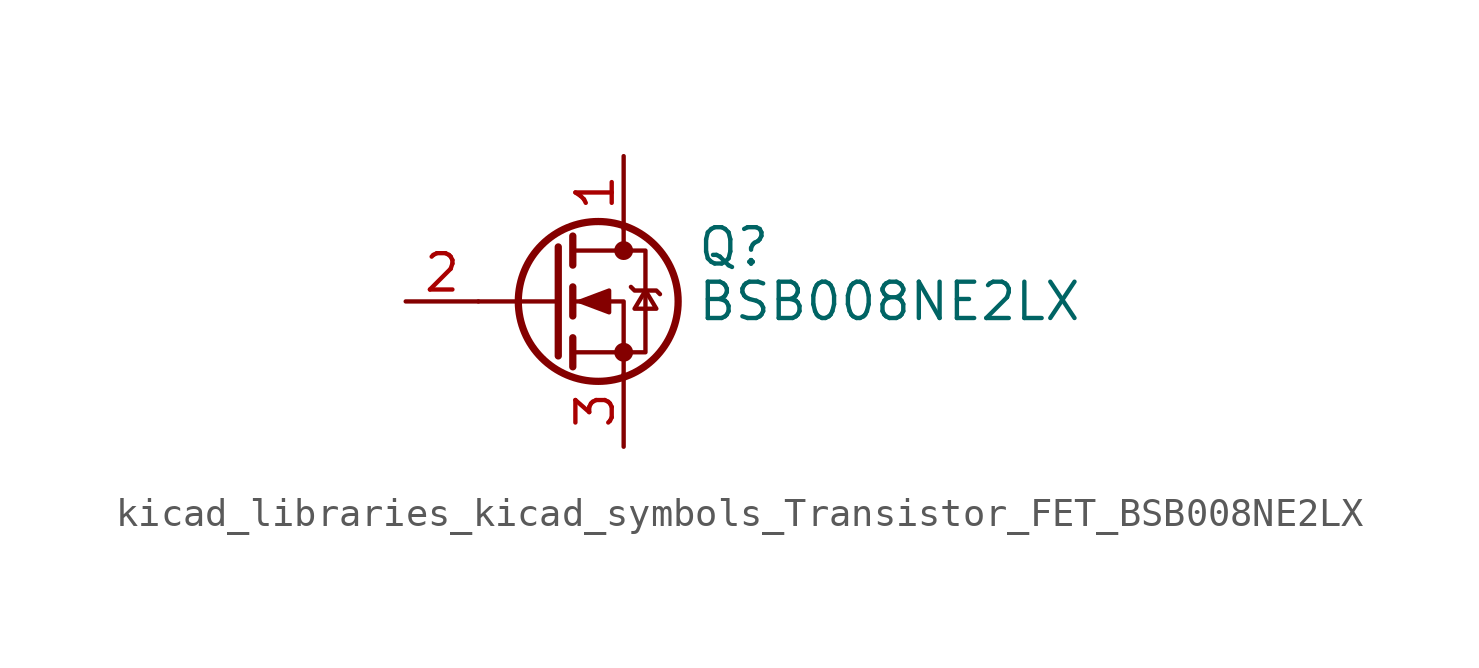
<source format=kicad_sym>
(kicad_symbol_lib
  (version 20220914)
  (generator kicad_symbol_editor)
  (symbol "kicad_libraries_kicad_symbols_Transistor_FET_BSB008NE2LX"
    (pin_names hide)
    (property "Reference" "Q"
      (at 5.08 1.905 0)
      (effects (font (size 1.27 1.27)) (justify left)))
    (property "Value" "BSB008NE2LX"
      (at 5.08 0 0)
      (effects (font (size 1.27 1.27)) (justify left)))
    (symbol "kicad_libraries_kicad_symbols_Transistor_FET_BSB008NE2LX_0_1"
      (polyline (pts (xy 0.254 0) (xy -2.54 0)) (stroke (width 0) (type default)) (fill (type none)))
      (polyline (pts (xy 0.254 1.905) (xy 0.254 -1.905)) (stroke (width 0.254) (type default)) (fill (type none)))
      (polyline (pts (xy 0.762 -1.27) (xy 0.762 -2.286)) (stroke (width 0.254) (type default)) (fill (type none)))
      (polyline (pts (xy 0.762 0.508) (xy 0.762 -0.508)) (stroke (width 0.254) (type default)) (fill (type none)))
      (polyline (pts (xy 0.762 2.286) (xy 0.762 1.27)) (stroke (width 0.254) (type default)) (fill (type none)))
      (polyline (pts (xy 2.54 2.54) (xy 2.54 1.778)) (stroke (width 0) (type default)) (fill (type none)))
      (polyline (pts (xy 2.54 -2.54) (xy 2.54 0) (xy 0.762 0)) (stroke (width 0) (type default)) (fill (type none)))
      (polyline (pts (xy 0.762 -1.778) (xy 3.302 -1.778) (xy 3.302 1.778) (xy 0.762 1.778)) (stroke (width 0) (type default)) (fill (type none)))
      (polyline (pts (xy 1.016 0) (xy 2.032 0.381) (xy 2.032 -0.381) (xy 1.016 0)) (stroke (width 0) (type default)) (fill (type outline)))
      (polyline (pts (xy 2.794 0.508) (xy 2.921 0.381) (xy 3.683 0.381) (xy 3.81 0.254)) (stroke (width 0) (type default)) (fill (type none)))
      (polyline (pts (xy 3.302 0.381) (xy 2.921 -0.254) (xy 3.683 -0.254) (xy 3.302 0.381)) (stroke (width 0) (type default)) (fill (type none)))
      (circle (center 1.651 0) (radius 2.794) (stroke (width 0.254) (type default)) (fill (type none)))
      (circle (center 2.54 -1.778) (radius 0.254) (stroke (width 0) (type default)) (fill (type outline)))
      (circle (center 2.54 1.778) (radius 0.254) (stroke (width 0) (type default)) (fill (type outline))))
    (symbol "kicad_libraries_kicad_symbols_Transistor_FET_BSB008NE2LX_1_1"
      (pin passive line (at 2.54 5.08 270) (length 2.54) (name "D" (effects (font (size 1.27 1.27)))) (number "1" (effects (font (size 1.27 1.27)))))
      (pin input line (at -5.08 0 0) (length 2.54) (name "G" (effects (font (size 1.27 1.27)))) (number "2" (effects (font (size 1.27 1.27)))))
      (pin passive line (at 2.54 -5.08 90) (length 2.54) (name "S" (effects (font (size 1.27 1.27)))) (number "3" (effects (font (size 1.27 1.27))))))))
</source>
